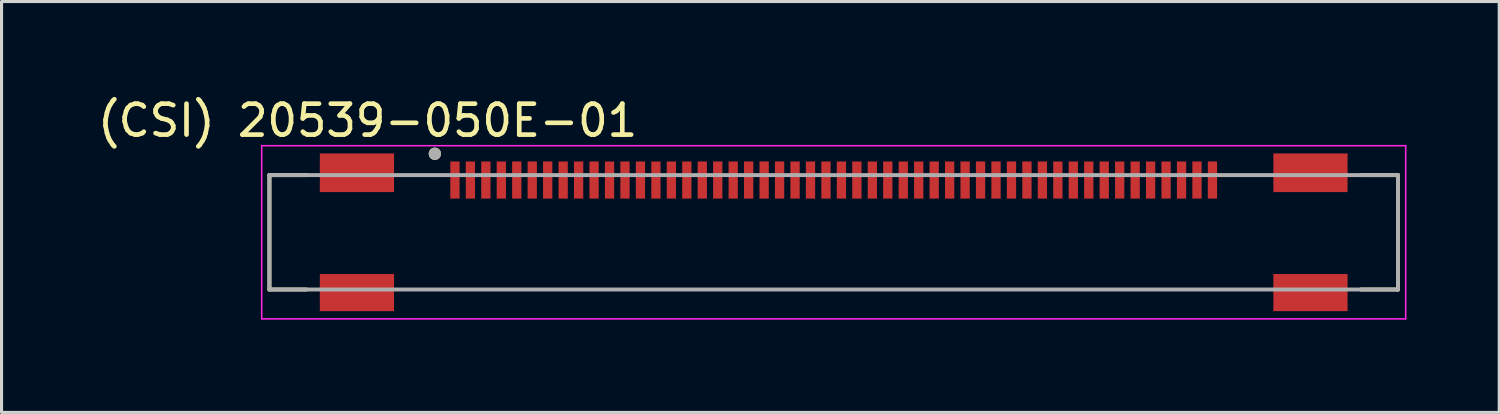
<source format=kicad_pcb>
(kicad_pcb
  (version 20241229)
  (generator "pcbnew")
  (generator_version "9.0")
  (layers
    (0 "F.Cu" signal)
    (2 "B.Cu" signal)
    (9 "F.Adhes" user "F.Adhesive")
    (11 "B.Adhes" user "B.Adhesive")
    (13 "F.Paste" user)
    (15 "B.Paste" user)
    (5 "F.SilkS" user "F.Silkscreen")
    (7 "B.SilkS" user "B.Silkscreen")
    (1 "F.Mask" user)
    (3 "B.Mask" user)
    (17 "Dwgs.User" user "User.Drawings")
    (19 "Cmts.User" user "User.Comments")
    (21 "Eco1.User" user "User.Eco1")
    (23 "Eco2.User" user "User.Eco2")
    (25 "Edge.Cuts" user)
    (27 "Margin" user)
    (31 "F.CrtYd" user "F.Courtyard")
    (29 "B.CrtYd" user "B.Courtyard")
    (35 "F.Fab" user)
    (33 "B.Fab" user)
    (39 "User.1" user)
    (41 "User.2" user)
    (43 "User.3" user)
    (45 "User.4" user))
  (footprint "(CSI) 20539-050E-01"
    (layer "F.Cu")
    (at 23.914 2.773)
    (property "Reference" "(CSI) 20539-050E-01" (at -15.075 -1.925 0) (layer "F.SilkS") (effects (font (size 1 1) (thickness 0.15))))
    (attr smd)
    (fp_line (start -18.25 -0.16) (end -17.05 -0.16) (stroke (width 0.127) (type solid)) (layer "F.SilkS"))
    (fp_line (start -18.25 3.54) (end -18.25 -0.16) (stroke (width 0.127) (type solid)) (layer "F.SilkS"))
    (fp_line (start -18.25 3.54) (end -17.05 3.54) (stroke (width 0.127) (type solid)) (layer "F.SilkS"))
    (fp_line (start 18.25 -0.16) (end 17.05 -0.16) (stroke (width 0.127) (type solid)) (layer "F.SilkS"))
    (fp_line (start 18.25 -0.16) (end 18.25 3.54) (stroke (width 0.127) (type solid)) (layer "F.SilkS"))
    (fp_line (start 18.25 3.54) (end 17.05 3.54) (stroke (width 0.127) (type solid)) (layer "F.SilkS"))
    (fp_circle (center -12.9 -0.85) (end -12.8 -0.85) (stroke (width 0.2) (type solid)) (fill no) (layer "F.SilkS"))
    (fp_line (start -18.5 -1.11) (end 18.5 -1.11) (stroke (width 0.05) (type solid)) (layer "F.CrtYd"))
    (fp_line (start -18.5 4.49) (end -18.5 -1.11) (stroke (width 0.05) (type solid)) (layer "F.CrtYd"))
    (fp_line (start 18.5 -1.11) (end 18.5 4.49) (stroke (width 0.05) (type solid)) (layer "F.CrtYd"))
    (fp_line (start 18.5 4.49) (end -18.5 4.49) (stroke (width 0.05) (type solid)) (layer "F.CrtYd"))
    (fp_line (start -18.25 -0.16) (end 18.25 -0.16) (stroke (width 0.127) (type solid)) (layer "F.Fab"))
    (fp_line (start -18.25 3.54) (end -18.25 -0.16) (stroke (width 0.127) (type solid)) (layer "F.Fab"))
    (fp_line (start 18.25 -0.16) (end 18.25 3.54) (stroke (width 0.127) (type solid)) (layer "F.Fab"))
    (fp_line (start 18.25 3.54) (end -18.25 3.54) (stroke (width 0.127) (type solid)) (layer "F.Fab"))
    (fp_circle (center -12.9 -0.85) (end -12.8 -0.85) (stroke (width 0.2) (type solid)) (fill no) (layer "F.Fab"))
    (pad "1" smd rect (at -12.25 0) (size 0.3 1.2) (layers "F.Cu" "F.Mask" "F.Paste"))
    (pad "2" smd rect (at -11.75 0) (size 0.3 1.2) (layers "F.Cu" "F.Mask" "F.Paste"))
    (pad "3" smd rect (at -11.25 0) (size 0.3 1.2) (layers "F.Cu" "F.Mask" "F.Paste"))
    (pad "4" smd rect (at -10.75 0) (size 0.3 1.2) (layers "F.Cu" "F.Mask" "F.Paste"))
    (pad "5" smd rect (at -10.25 0) (size 0.3 1.2) (layers "F.Cu" "F.Mask" "F.Paste"))
    (pad "6" smd rect (at -9.75 0) (size 0.3 1.2) (layers "F.Cu" "F.Mask" "F.Paste"))
    (pad "7" smd rect (at -9.25 0) (size 0.3 1.2) (layers "F.Cu" "F.Mask" "F.Paste"))
    (pad "8" smd rect (at -8.75 0) (size 0.3 1.2) (layers "F.Cu" "F.Mask" "F.Paste"))
    (pad "9" smd rect (at -8.25 0) (size 0.3 1.2) (layers "F.Cu" "F.Mask" "F.Paste"))
    (pad "10" smd rect (at -7.75 0) (size 0.3 1.2) (layers "F.Cu" "F.Mask" "F.Paste"))
    (pad "11" smd rect (at -7.25 0) (size 0.3 1.2) (layers "F.Cu" "F.Mask" "F.Paste"))
    (pad "12" smd rect (at -6.75 0) (size 0.3 1.2) (layers "F.Cu" "F.Mask" "F.Paste"))
    (pad "13" smd rect (at -6.25 0) (size 0.3 1.2) (layers "F.Cu" "F.Mask" "F.Paste"))
    (pad "14" smd rect (at -5.75 0) (size 0.3 1.2) (layers "F.Cu" "F.Mask" "F.Paste"))
    (pad "15" smd rect (at -5.25 0) (size 0.3 1.2) (layers "F.Cu" "F.Mask" "F.Paste"))
    (pad "16" smd rect (at -4.75 0) (size 0.3 1.2) (layers "F.Cu" "F.Mask" "F.Paste"))
    (pad "17" smd rect (at -4.25 0) (size 0.3 1.2) (layers "F.Cu" "F.Mask" "F.Paste"))
    (pad "18" smd rect (at -3.75 0) (size 0.3 1.2) (layers "F.Cu" "F.Mask" "F.Paste"))
    (pad "19" smd rect (at -3.25 0) (size 0.3 1.2) (layers "F.Cu" "F.Mask" "F.Paste"))
    (pad "20" smd rect (at -2.75 0) (size 0.3 1.2) (layers "F.Cu" "F.Mask" "F.Paste"))
    (pad "21" smd rect (at -2.25 0) (size 0.3 1.2) (layers "F.Cu" "F.Mask" "F.Paste"))
    (pad "22" smd rect (at -1.75 0) (size 0.3 1.2) (layers "F.Cu" "F.Mask" "F.Paste"))
    (pad "23" smd rect (at -1.25 0) (size 0.3 1.2) (layers "F.Cu" "F.Mask" "F.Paste"))
    (pad "24" smd rect (at -0.75 0) (size 0.3 1.2) (layers "F.Cu" "F.Mask" "F.Paste"))
    (pad "25" smd rect (at -0.25 0) (size 0.3 1.2) (layers "F.Cu" "F.Mask" "F.Paste"))
    (pad "26" smd rect (at 0.25 0) (size 0.3 1.2) (layers "F.Cu" "F.Mask" "F.Paste"))
    (pad "27" smd rect (at 0.75 0) (size 0.3 1.2) (layers "F.Cu" "F.Mask" "F.Paste"))
    (pad "28" smd rect (at 1.25 0) (size 0.3 1.2) (layers "F.Cu" "F.Mask" "F.Paste"))
    (pad "29" smd rect (at 1.75 0) (size 0.3 1.2) (layers "F.Cu" "F.Mask" "F.Paste"))
    (pad "30" smd rect (at 2.25 0) (size 0.3 1.2) (layers "F.Cu" "F.Mask" "F.Paste"))
    (pad "31" smd rect (at 2.75 0) (size 0.3 1.2) (layers "F.Cu" "F.Mask" "F.Paste"))
    (pad "32" smd rect (at 3.25 0) (size 0.3 1.2) (layers "F.Cu" "F.Mask" "F.Paste"))
    (pad "33" smd rect (at 3.75 0) (size 0.3 1.2) (layers "F.Cu" "F.Mask" "F.Paste"))
    (pad "34" smd rect (at 4.25 0) (size 0.3 1.2) (layers "F.Cu" "F.Mask" "F.Paste"))
    (pad "35" smd rect (at 4.75 0) (size 0.3 1.2) (layers "F.Cu" "F.Mask" "F.Paste"))
    (pad "36" smd rect (at 5.25 0) (size 0.3 1.2) (layers "F.Cu" "F.Mask" "F.Paste"))
    (pad "37" smd rect (at 5.75 0) (size 0.3 1.2) (layers "F.Cu" "F.Mask" "F.Paste"))
    (pad "38" smd rect (at 6.25 0) (size 0.3 1.2) (layers "F.Cu" "F.Mask" "F.Paste"))
    (pad "39" smd rect (at 6.75 0) (size 0.3 1.2) (layers "F.Cu" "F.Mask" "F.Paste"))
    (pad "40" smd rect (at 7.25 0) (size 0.3 1.2) (layers "F.Cu" "F.Mask" "F.Paste"))
    (pad "41" smd rect (at 7.75 0) (size 0.3 1.2) (layers "F.Cu" "F.Mask" "F.Paste"))
    (pad "42" smd rect (at 8.25 0) (size 0.3 1.2) (layers "F.Cu" "F.Mask" "F.Paste"))
    (pad "43" smd rect (at 8.75 0) (size 0.3 1.2) (layers "F.Cu" "F.Mask" "F.Paste"))
    (pad "44" smd rect (at 9.25 0) (size 0.3 1.2) (layers "F.Cu" "F.Mask" "F.Paste"))
    (pad "45" smd rect (at 9.75 0) (size 0.3 1.2) (layers "F.Cu" "F.Mask" "F.Paste"))
    (pad "46" smd rect (at 10.25 0) (size 0.3 1.2) (layers "F.Cu" "F.Mask" "F.Paste"))
    (pad "47" smd rect (at 10.75 0) (size 0.3 1.2) (layers "F.Cu" "F.Mask" "F.Paste"))
    (pad "48" smd rect (at 11.25 0) (size 0.3 1.2) (layers "F.Cu" "F.Mask" "F.Paste"))
    (pad "49" smd rect (at 11.75 0) (size 0.3 1.2) (layers "F.Cu" "F.Mask" "F.Paste"))
    (pad "50" smd rect (at 12.25 0) (size 0.3 1.2) (layers "F.Cu" "F.Mask" "F.Paste"))
    (pad "S1" smd rect (at -15.42 -0.235) (size 2.4 1.25) (layers "F.Cu" "F.Mask" "F.Paste"))
    (pad "S2" smd rect (at 15.42 -0.235) (size 2.4 1.25) (layers "F.Cu" "F.Mask" "F.Paste"))
    (pad "S3" smd rect (at -15.42 3.64) (size 2.4 1.2) (layers "F.Cu" "F.Mask" "F.Paste"))
    (pad "S4" smd rect (at 15.42 3.64) (size 2.4 1.2) (layers "F.Cu" "F.Mask" "F.Paste"))
    (zone (net_name "") (layer "F.Cu") (hatch full 0.508) (connect_pads) (min_thickness 0.01) (filled_areas_thickness no) (keepout (tracks not_allowed) (vias not_allowed) (pads not_allowed) (copperpour not_allowed) (footprints allowed)) (placement (enabled no)) (fill) (polygon (pts (xy 11.314 3.373) (xy 36.514 3.373) (xy 36.514 4.573) (xy 11.314 4.573)))))
  (gr_rect
    (start -3 -3)
    (end 45.439 10.288)
    (stroke (width 0.1) (type default))
    (fill no)
    (layer "Edge.Cuts")))
</source>
